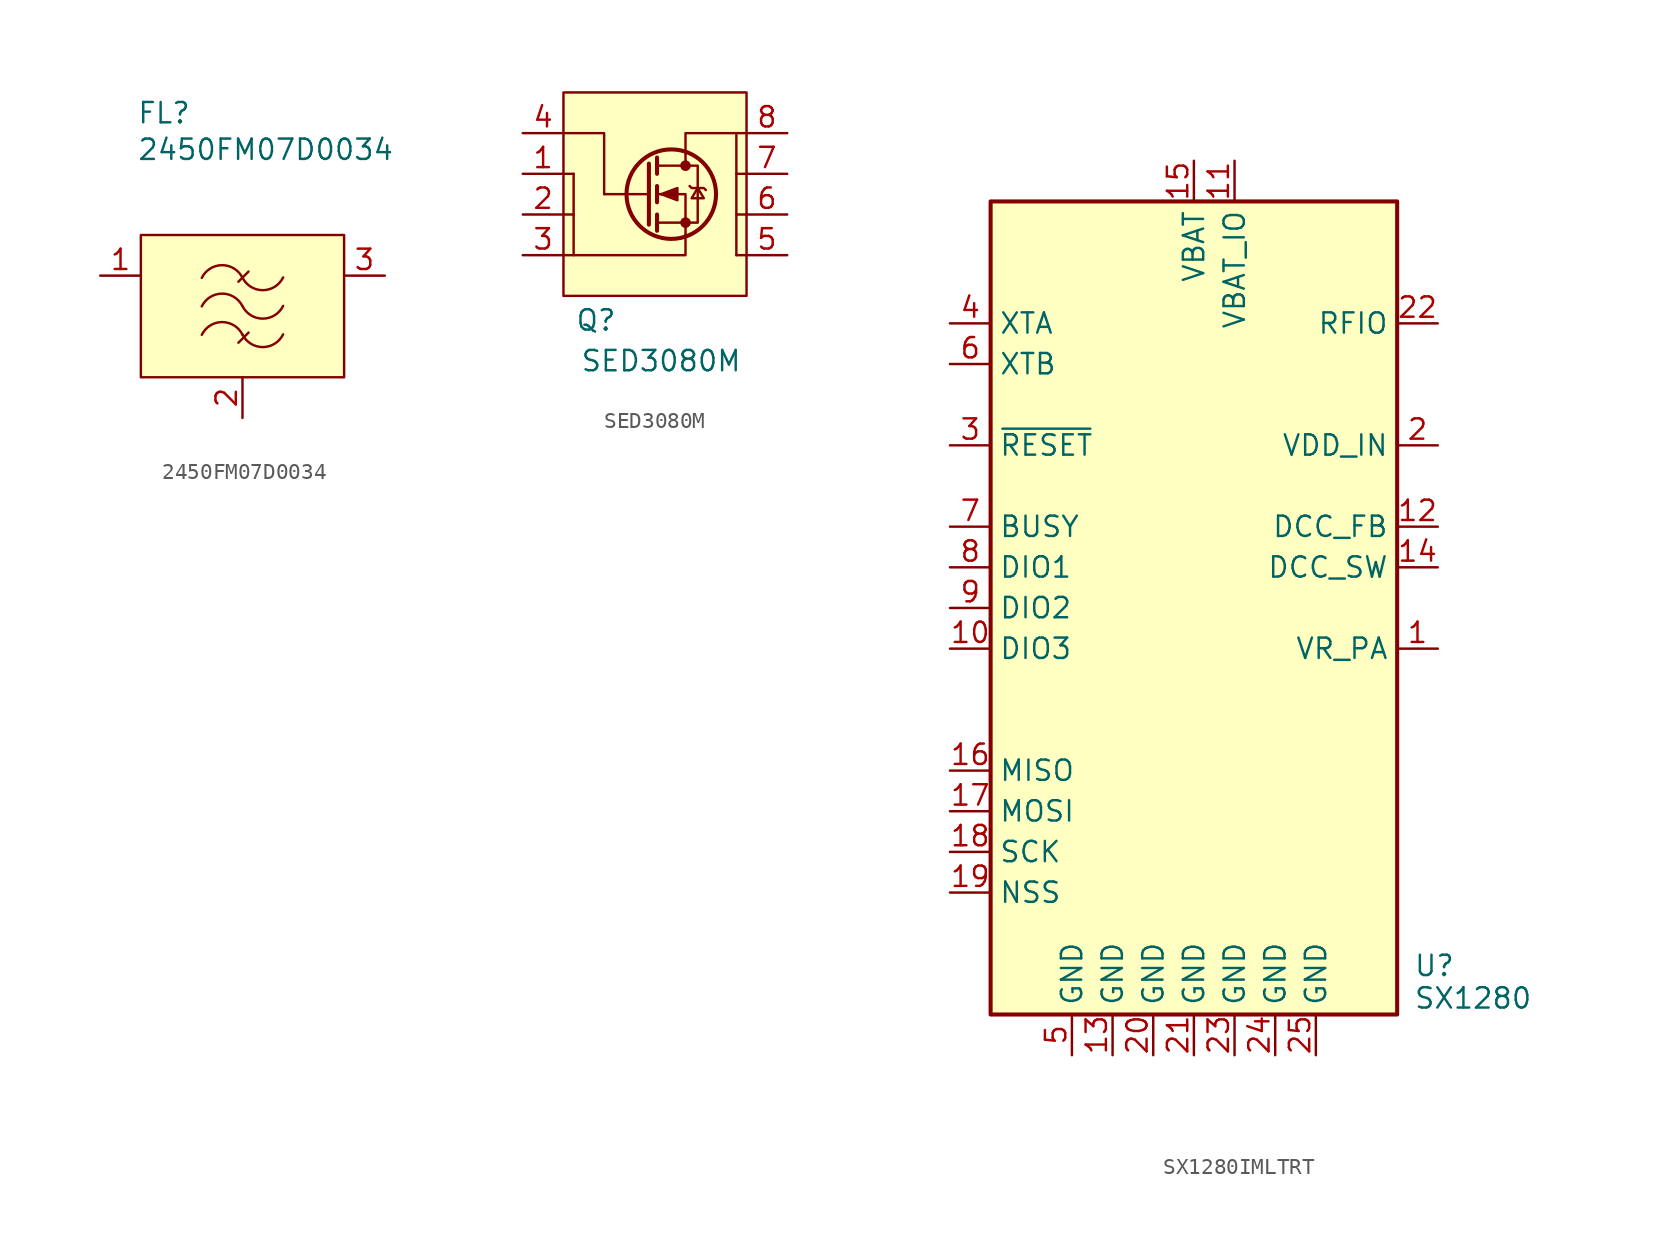
<source format=kicad_sym>
(kicad_symbol_lib
  (version 20231120)
  (generator "kicad_symbol_editor")
  (generator_version "8.0")
  (symbol "2450FM07D0034"
    (property "Reference" "FL"
      (at -6.604 10.16 0)
      (effects (font (size 1.27 1.27)) (justify left)))
    (property "Value" "2450FM07D0034"
      (at -6.604 7.874 0)
      (effects (font (size 1.27 1.27)) (justify left)))
    (symbol "2450FM07D0034_0_1"
      (arc (start -0.004 -3.683) (mid -1.2789 -2.9017) (end -2.544 -3.6989) (stroke (width 0) (type default)) (fill (type none)))
      (arc (start -0.004 -1.905) (mid -1.2789 -1.1237) (end -2.544 -1.9209) (stroke (width 0) (type default)) (fill (type none)))
      (arc (start -0.0039 -0.1271) (mid -1.2789 0.6543) (end -2.5439 -0.143) (stroke (width 0) (type default)) (fill (type none)))
      (arc (start 0 -3.683) (mid 1.2749 -4.4643) (end 2.54 -3.6671) (stroke (width 0) (type default)) (fill (type none)))
      (arc (start 0 -1.905) (mid 1.2749 -2.6863) (end 2.54 -1.8891) (stroke (width 0) (type default)) (fill (type none)))
      (arc (start 0.0001 -0.1271) (mid 1.2749 -0.9083) (end 2.5401 -0.1112) (stroke (width 0) (type default)) (fill (type none)))
      (polyline (pts (xy -0.258 -0.381) (xy 0.377 0.254)) (stroke (width 0) (type default)) (fill (type none)))
      (polyline (pts (xy -0.254 -4.191) (xy 0.381 -3.556)) (stroke (width 0) (type default)) (fill (type none))))
    (symbol "2450FM07D0034_1_1"
      (rectangle (start -6.35 2.54) (end 6.35 -6.35) (stroke (width 0) (type default)) (fill (type color) (color 255 255 194 1)))
      (pin passive line (at -8.89 0 0) (length 2.54) (name "RF_IN" (effects (font (size 0 0)))) (number "1" (effects (font (size 1.27 1.27)))))
      (pin power_in line (at 0 -8.89 90) (length 2.54) (name "GND" (effects (font (size 0 0)))) (number "2" (effects (font (size 1.27 1.27)))))
      (pin passive line (at 8.89 0 180) (length 2.54) (name "RF_OUT" (effects (font (size 0 0)))) (number "3" (effects (font (size 1.27 1.27)))))
      (pin power_in line (at 0 -8.89 90) (length 2.54) hide (name "GND" (effects (font (size 0 0)))) (number "4" (effects (font (size 1.27 1.27)))))))
  (symbol "SED3080M"
    (property "Reference" "Q"
      (at -5.588 -9.144 0)
      (effects (font (size 1.27 1.27))))
    (property "Value" "SED3080M"
      (at -1.524 -11.684 0)
      (effects (font (size 1.27 1.27))))
    (symbol "SED3080M_0_1"
      (circle (center -0.889 -1.27) (radius 2.794) (stroke (width 0.254) (type default)) (fill (type none)))
      (circle (center 0 -3.048) (radius 0.254) (stroke (width 0) (type default)) (fill (type outline)))
      (polyline (pts (xy -6.985 0) (xy -6.985 -5.08)) (stroke (width 0) (type default)) (fill (type none)))
      (polyline (pts (xy -2.286 -1.27) (xy -5.08 -1.27)) (stroke (width 0) (type default)) (fill (type none)))
      (polyline (pts (xy -2.286 0.635) (xy -2.286 -3.175)) (stroke (width 0.254) (type default)) (fill (type none)))
      (polyline (pts (xy -1.778 -2.54) (xy -1.778 -3.556)) (stroke (width 0.254) (type default)) (fill (type none)))
      (polyline (pts (xy -1.778 -0.762) (xy -1.778 -1.778)) (stroke (width 0.254) (type default)) (fill (type none)))
      (polyline (pts (xy -1.778 1.016) (xy -1.778 0)) (stroke (width 0.254) (type default)) (fill (type none)))
      (polyline (pts (xy 0 1.27) (xy 0 0.508)) (stroke (width 0) (type default)) (fill (type none)))
      (polyline (pts (xy 3.175 2.54) (xy 3.175 -5.08)) (stroke (width 0) (type default)) (fill (type none)))
      (polyline (pts (xy -5.08 -1.27) (xy -5.08 2.54) (xy -7.62 2.54)) (stroke (width 0) (type default)) (fill (type none)))
      (polyline (pts (xy 0 -3.81) (xy 0 -5.08) (xy -7.62 -5.08)) (stroke (width 0) (type default)) (fill (type none)))
      (polyline (pts (xy 0 -3.81) (xy 0 -1.27) (xy -1.778 -1.27)) (stroke (width 0) (type default)) (fill (type none)))
      (polyline (pts (xy 3.81 2.54) (xy 0 2.54) (xy 0 1.27)) (stroke (width 0) (type default)) (fill (type none)))
      (polyline (pts (xy -1.778 -3.048) (xy 0.762 -3.048) (xy 0.762 0.508) (xy -1.778 0.508)) (stroke (width 0) (type default)) (fill (type none)))
      (polyline (pts (xy -1.524 -1.27) (xy -0.508 -0.889) (xy -0.508 -1.651) (xy -1.524 -1.27)) (stroke (width 0) (type default)) (fill (type outline)))
      (polyline (pts (xy 0.254 -0.762) (xy 0.381 -0.889) (xy 1.143 -0.889) (xy 1.27 -1.016)) (stroke (width 0) (type default)) (fill (type none)))
      (polyline (pts (xy 0.762 -0.889) (xy 0.381 -1.524) (xy 1.143 -1.524) (xy 0.762 -0.889)) (stroke (width 0) (type default)) (fill (type none)))
      (circle (center 0 0.508) (radius 0.254) (stroke (width 0) (type default)) (fill (type outline))))
    (symbol "SED3080M_1_1"
      (rectangle (start -7.62 5.08) (end 3.81 -7.62) (stroke (width 0) (type default)) (fill (type background)))
      (polyline (pts (xy -7.62 -2.54) (xy -6.985 -2.54)) (stroke (width 0) (type default)) (fill (type none)))
      (polyline (pts (xy -7.62 0) (xy -6.985 0)) (stroke (width 0) (type default)) (fill (type none)))
      (polyline (pts (xy 3.175 -5.08) (xy 3.81 -5.08)) (stroke (width 0) (type default)) (fill (type none)))
      (polyline (pts (xy 3.175 0) (xy 3.81 0)) (stroke (width 0) (type default)) (fill (type none)))
      (polyline (pts (xy 3.81 -2.54) (xy 3.175 -2.54)) (stroke (width 0) (type default)) (fill (type none)))
      (pin passive line (at -10.16 0 0) (length 2.54) (name "S" (effects (font (size 0 0)))) (number "1" (effects (font (size 1.27 1.27)))))
      (pin passive line (at -10.16 -2.54 0) (length 2.54) (name "S" (effects (font (size 0 0)))) (number "2" (effects (font (size 1.27 1.27)))))
      (pin passive line (at -10.16 -5.08 0) (length 2.54) (name "S" (effects (font (size 0 0)))) (number "3" (effects (font (size 1.27 1.27)))))
      (pin input line (at -10.16 2.54 0) (length 2.54) (name "G" (effects (font (size 0 0)))) (number "4" (effects (font (size 1.27 1.27)))))
      (pin passive line (at 6.35 -5.08 180) (length 2.54) (name "D" (effects (font (size 0 0)))) (number "5" (effects (font (size 1.27 1.27)))))
      (pin passive line (at 6.35 -2.54 180) (length 2.54) (name "D" (effects (font (size 0 0)))) (number "6" (effects (font (size 1.27 1.27)))))
      (pin passive line (at 6.35 0 180) (length 2.54) (name "D" (effects (font (size 0 0)))) (number "7" (effects (font (size 1.27 1.27)))))
      (pin passive line (at 6.35 2.54 180) (length 2.54) (name "D" (effects (font (size 0 0)))) (number "8" (effects (font (size 1.27 1.27)))))))
  (symbol "SX1280IMLTRT"
    (property "Reference" "U"
      (at 13.716 -22.352 0)
      (effects (font (size 1.27 1.27)) (justify left)))
    (property "Value" "SX1280"
      (at 13.716 -24.384 0)
      (effects (font (size 1.27 1.27)) (justify left)))
    (symbol "SX1280IMLTRT_0_1"
      (rectangle (start -12.7 25.4) (end 12.7 -25.4) (stroke (width 0.254) (type default)) (fill (type background))))
    (symbol "SX1280IMLTRT_1_1"
      (pin power_out line (at 15.24 -2.54 180) (length 2.54) (name "VR_PA" (effects (font (size 1.27 1.27)))) (number "1" (effects (font (size 1.27 1.27)))))
      (pin bidirectional line (at -15.24 -2.54 0) (length 2.54) (name "DIO3" (effects (font (size 1.27 1.27)))) (number "10" (effects (font (size 1.27 1.27)))))
      (pin power_in line (at 2.54 27.94 270) (length 2.54) (name "VBAT_IO" (effects (font (size 1.27 1.27)))) (number "11" (effects (font (size 1.27 1.27)))))
      (pin power_out line (at 15.24 5.08 180) (length 2.54) (name "DCC_FB" (effects (font (size 1.27 1.27)))) (number "12" (effects (font (size 1.27 1.27)))))
      (pin power_in line (at -5.08 -27.94 90) (length 2.54) (name "GND" (effects (font (size 1.27 1.27)))) (number "13" (effects (font (size 1.27 1.27)))))
      (pin power_out line (at 15.24 2.54 180) (length 2.54) (name "DCC_SW" (effects (font (size 1.27 1.27)))) (number "14" (effects (font (size 1.27 1.27)))))
      (pin power_in line (at 0 27.94 270) (length 2.54) (name "VBAT" (effects (font (size 1.27 1.27)))) (number "15" (effects (font (size 1.27 1.27)))))
      (pin output line (at -15.24 -10.16 0) (length 2.54) (name "MISO" (effects (font (size 1.27 1.27)))) (number "16" (effects (font (size 1.27 1.27)))))
      (pin input line (at -15.24 -12.7 0) (length 2.54) (name "MOSI" (effects (font (size 1.27 1.27)))) (number "17" (effects (font (size 1.27 1.27)))))
      (pin input line (at -15.24 -15.24 0) (length 2.54) (name "SCK" (effects (font (size 1.27 1.27)))) (number "18" (effects (font (size 1.27 1.27)))))
      (pin input line (at -15.24 -17.78 0) (length 2.54) (name "NSS" (effects (font (size 1.27 1.27)))) (number "19" (effects (font (size 1.27 1.27)))))
      (pin power_in line (at 15.24 10.16 180) (length 2.54) (name "VDD_IN" (effects (font (size 1.27 1.27)))) (number "2" (effects (font (size 1.27 1.27)))))
      (pin power_in line (at -2.54 -27.94 90) (length 2.54) (name "GND" (effects (font (size 1.27 1.27)))) (number "20" (effects (font (size 1.27 1.27)))))
      (pin power_in line (at 0 -27.94 90) (length 2.54) (name "GND" (effects (font (size 1.27 1.27)))) (number "21" (effects (font (size 1.27 1.27)))))
      (pin passive line (at 15.24 17.78 180) (length 2.54) (name "RFIO" (effects (font (size 1.27 1.27)))) (number "22" (effects (font (size 1.27 1.27)))))
      (pin power_in line (at 2.54 -27.94 90) (length 2.54) (name "GND" (effects (font (size 1.27 1.27)))) (number "23" (effects (font (size 1.27 1.27)))))
      (pin power_in line (at 5.08 -27.94 90) (length 2.54) (name "GND" (effects (font (size 1.27 1.27)))) (number "24" (effects (font (size 1.27 1.27)))))
      (pin power_in line (at 7.62 -27.94 90) (length 2.54) (name "GND" (effects (font (size 1.27 1.27)))) (number "25" (effects (font (size 1.27 1.27)))))
      (pin input line (at -15.24 10.16 0) (length 2.54) (name "~{RESET}" (effects (font (size 1.27 1.27)))) (number "3" (effects (font (size 1.27 1.27)))))
      (pin passive line (at -15.24 17.78 0) (length 2.54) (name "XTA" (effects (font (size 1.27 1.27)))) (number "4" (effects (font (size 1.27 1.27)))))
      (pin power_in line (at -7.62 -27.94 90) (length 2.54) (name "GND" (effects (font (size 1.27 1.27)))) (number "5" (effects (font (size 1.27 1.27)))))
      (pin passive line (at -15.24 15.24 0) (length 2.54) (name "XTB" (effects (font (size 1.27 1.27)))) (number "6" (effects (font (size 1.27 1.27)))))
      (pin output line (at -15.24 5.08 0) (length 2.54) (name "BUSY" (effects (font (size 1.27 1.27)))) (number "7" (effects (font (size 1.27 1.27)))))
      (pin bidirectional line (at -15.24 2.54 0) (length 2.54) (name "DIO1" (effects (font (size 1.27 1.27)))) (number "8" (effects (font (size 1.27 1.27)))))
      (pin bidirectional line (at -15.24 0 0) (length 2.54) (name "DIO2" (effects (font (size 1.27 1.27)))) (number "9" (effects (font (size 1.27 1.27))))))))
</source>
